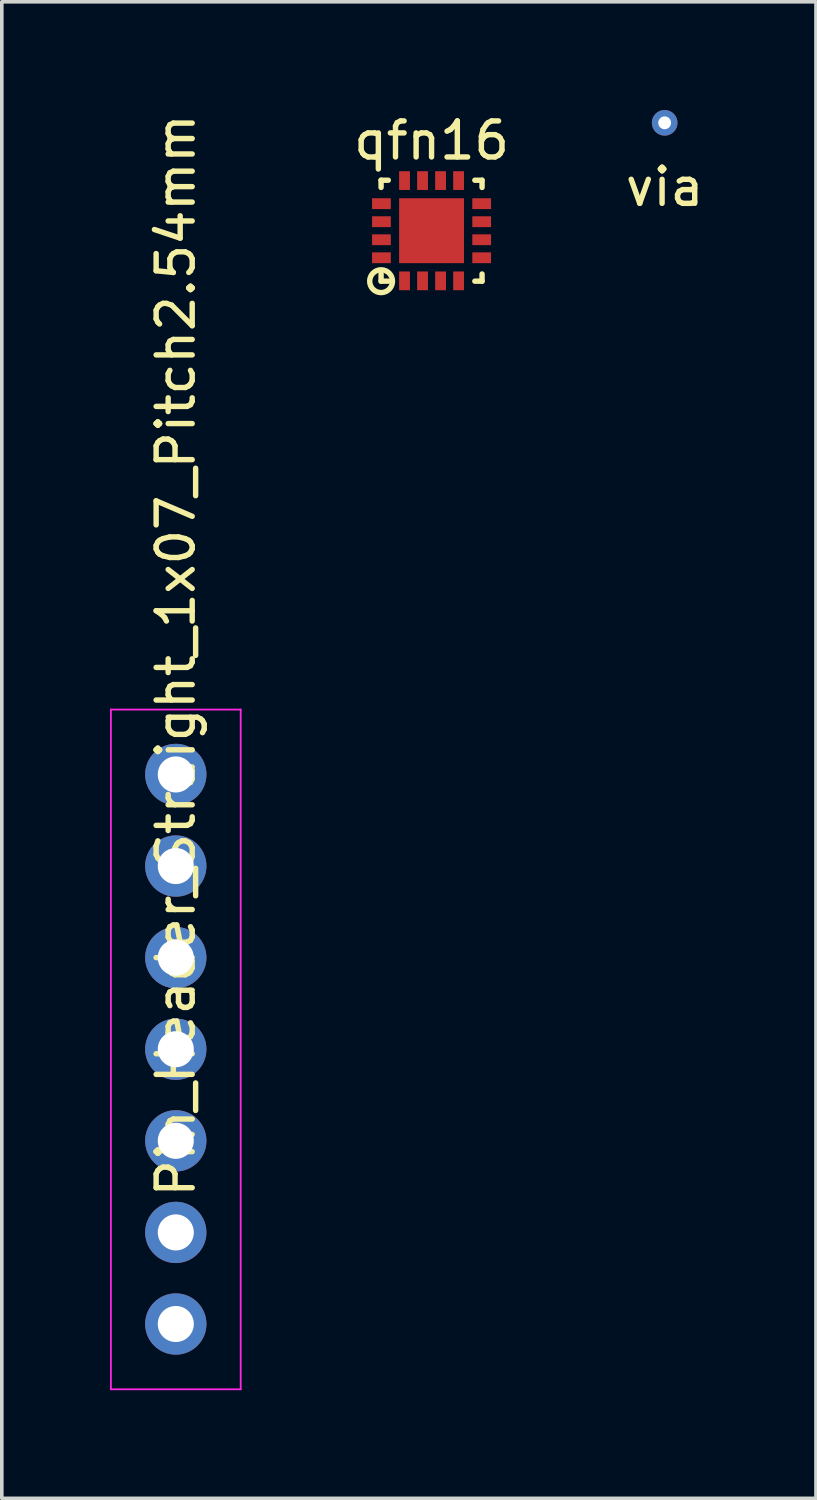
<source format=kicad_pcb>
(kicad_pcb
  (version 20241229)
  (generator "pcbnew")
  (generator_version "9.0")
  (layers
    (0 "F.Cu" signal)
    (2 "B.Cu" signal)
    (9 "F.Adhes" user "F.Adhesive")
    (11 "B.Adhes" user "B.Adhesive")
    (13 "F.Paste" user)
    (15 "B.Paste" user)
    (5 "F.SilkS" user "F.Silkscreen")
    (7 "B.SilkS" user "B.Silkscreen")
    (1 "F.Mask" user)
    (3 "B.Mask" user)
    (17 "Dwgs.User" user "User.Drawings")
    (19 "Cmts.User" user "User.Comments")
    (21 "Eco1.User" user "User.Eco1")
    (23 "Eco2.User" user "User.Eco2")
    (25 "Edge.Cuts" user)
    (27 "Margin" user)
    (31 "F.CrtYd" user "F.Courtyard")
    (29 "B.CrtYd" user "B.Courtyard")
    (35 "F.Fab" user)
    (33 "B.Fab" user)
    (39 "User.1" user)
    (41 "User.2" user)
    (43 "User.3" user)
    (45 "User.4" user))
  (footprint "qfn16"
    (layer "F.Cu")
    (at 8.918 3.348)
    (property "Reference" "qfn16" (at 0 -2.5 0) (layer "F.SilkS") (effects (font (size 1 1) (thickness 0.15))))
    (attr through_hole)
    (fp_line (start -1.4 -1.4) (end -1.2 -1.4) (stroke (width 0.15) (type solid)) (layer "F.SilkS"))
    (fp_line (start -1.4 -1.2) (end -1.4 -1.4) (stroke (width 0.15) (type solid)) (layer "F.SilkS"))
    (fp_line (start -1.4 1.4) (end -1.4 1.2) (stroke (width 0.15) (type solid)) (layer "F.SilkS"))
    (fp_line (start -1.2 1.4) (end -1.4 1.4) (stroke (width 0.15) (type solid)) (layer "F.SilkS"))
    (fp_line (start 1.2 -1.4) (end 1.4 -1.4) (stroke (width 0.15) (type solid)) (layer "F.SilkS"))
    (fp_line (start 1.4 -1.4) (end 1.4 -1.2) (stroke (width 0.15) (type solid)) (layer "F.SilkS"))
    (fp_line (start 1.4 1.2) (end 1.4 1.4) (stroke (width 0.15) (type solid)) (layer "F.SilkS"))
    (fp_line (start 1.4 1.4) (end 1.2 1.4) (stroke (width 0.15) (type solid)) (layer "F.SilkS"))
    (fp_circle (center -1.4 1.4) (end -1.1 1.5) (stroke (width 0.15) (type solid)) (fill no) (layer "F.SilkS"))
    (pad "1" smd rect (at -0.75 1.39 180) (size 0.3 0.52) (layers "F.Cu" "F.Mask" "F.Paste"))
    (pad "2" smd rect (at -0.25 1.39 180) (size 0.3 0.52) (layers "F.Cu" "F.Mask" "F.Paste"))
    (pad "3" smd rect (at 0.25 1.39 180) (size 0.3 0.52) (layers "F.Cu" "F.Mask" "F.Paste"))
    (pad "4" smd rect (at 0.75 1.39 180) (size 0.3 0.52) (layers "F.Cu" "F.Mask" "F.Paste"))
    (pad "5" smd rect (at 1.39 0.75 180) (size 0.52 0.3) (layers "F.Cu" "F.Mask" "F.Paste"))
    (pad "6" smd rect (at 1.39 0.25 180) (size 0.52 0.3) (layers "F.Cu" "F.Mask" "F.Paste"))
    (pad "7" smd rect (at 1.39 -0.25 180) (size 0.52 0.3) (layers "F.Cu" "F.Mask" "F.Paste"))
    (pad "8" smd rect (at 1.39 -0.75 180) (size 0.52 0.3) (layers "F.Cu" "F.Mask" "F.Paste"))
    (pad "9" smd rect (at 0.75 -1.39 180) (size 0.3 0.52) (layers "F.Cu" "F.Mask" "F.Paste"))
    (pad "10" smd rect (at 0.25 -1.39 180) (size 0.3 0.52) (layers "F.Cu" "F.Mask" "F.Paste"))
    (pad "11" smd rect (at -0.25 -1.39 180) (size 0.3 0.52) (layers "F.Cu" "F.Mask" "F.Paste"))
    (pad "12" smd rect (at -0.75 -1.39 180) (size 0.3 0.52) (layers "F.Cu" "F.Mask" "F.Paste"))
    (pad "13" smd rect (at -1.39 -0.75 180) (size 0.52 0.3) (layers "F.Cu" "F.Mask" "F.Paste"))
    (pad "14" smd rect (at -1.39 -0.25 180) (size 0.52 0.3) (layers "F.Cu" "F.Mask" "F.Paste"))
    (pad "15" smd rect (at -1.39 0.25 180) (size 0.52 0.3) (layers "F.Cu" "F.Mask" "F.Paste"))
    (pad "16" smd rect (at -1.39 0.75 180) (size 0.52 0.3) (layers "F.Cu" "F.Mask" "F.Paste"))
    (pad "PAD" smd rect (at 0 0 180) (size 1.8 1.8) (layers "F.Cu" "F.Mask" "F.Paste")))
  (footprint "via"
    (layer "F.Cu")
    (at 15.382 0.356)
    (property "Reference" "via" (at 0 1.778 0) (layer "F.SilkS") (effects (font (size 1 1) (thickness 0.15))))
    (attr through_hole)
    (pad "1" thru_hole circle (at 0 0) (size 0.711 0.711) (drill 0.356) (layers "*.Cu")))
  (footprint "Pin_Header_Straight_1x07_Pitch2.54mm"
    (layer "F.Cu")
    (at 1.825 18.427)
    (property "Reference" "Pin_Header_Straight_1x07_Pitch2.54mm" (at 0 -3.302 90) (layer "F.SilkS") (effects (font (size 1 1) (thickness 0.15))))
    (attr through_hole)
    (fp_line (start -1.8 -1.8) (end -1.8 17.05) (stroke (width 0.05) (type solid)) (layer "F.CrtYd"))
    (fp_line (start -1.8 17.05) (end 1.8 17.05) (stroke (width 0.05) (type solid)) (layer "F.CrtYd"))
    (fp_line (start 1.8 -1.8) (end -1.8 -1.8) (stroke (width 0.05) (type solid)) (layer "F.CrtYd"))
    (fp_line (start 1.8 17.05) (end 1.8 -1.8) (stroke (width 0.05) (type solid)) (layer "F.CrtYd"))
    (pad "1" thru_hole circle (at 0 0) (size 1.7 1.7) (drill 1) (layers "*.Cu" "*.Mask"))
    (pad "2" thru_hole oval (at 0 2.54) (size 1.7 1.7) (drill 1) (layers "*.Cu" "*.Mask"))
    (pad "3" thru_hole oval (at 0 5.08) (size 1.7 1.7) (drill 1) (layers "*.Cu" "*.Mask"))
    (pad "4" thru_hole oval (at 0 7.62) (size 1.7 1.7) (drill 1) (layers "*.Cu" "*.Mask"))
    (pad "5" thru_hole oval (at 0 10.16) (size 1.7 1.7) (drill 1) (layers "*.Cu" "*.Mask"))
    (pad "6" thru_hole oval (at 0 12.7) (size 1.7 1.7) (drill 1) (layers "*.Cu" "*.Mask"))
    (pad "7" thru_hole oval (at 0 15.24) (size 1.7 1.7) (drill 1) (layers "*.Cu" "*.Mask")))
  (gr_rect
    (start -3 -3)
    (end 19.579 38.502)
    (stroke (width 0.1) (type default))
    (fill no)
    (layer "Edge.Cuts")))
</source>
